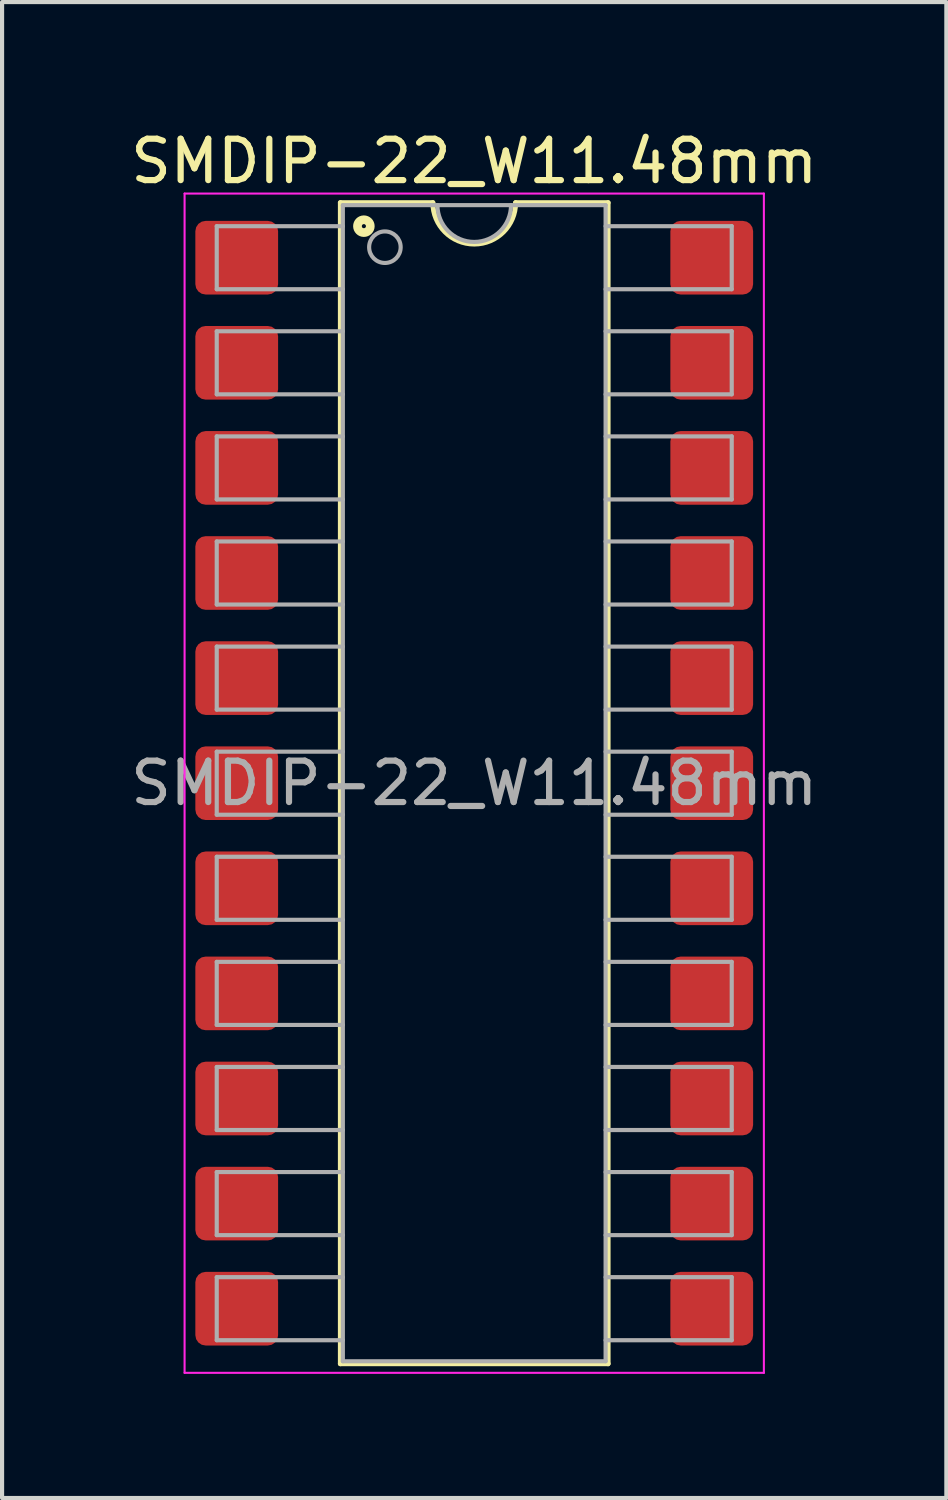
<source format=kicad_pcb>
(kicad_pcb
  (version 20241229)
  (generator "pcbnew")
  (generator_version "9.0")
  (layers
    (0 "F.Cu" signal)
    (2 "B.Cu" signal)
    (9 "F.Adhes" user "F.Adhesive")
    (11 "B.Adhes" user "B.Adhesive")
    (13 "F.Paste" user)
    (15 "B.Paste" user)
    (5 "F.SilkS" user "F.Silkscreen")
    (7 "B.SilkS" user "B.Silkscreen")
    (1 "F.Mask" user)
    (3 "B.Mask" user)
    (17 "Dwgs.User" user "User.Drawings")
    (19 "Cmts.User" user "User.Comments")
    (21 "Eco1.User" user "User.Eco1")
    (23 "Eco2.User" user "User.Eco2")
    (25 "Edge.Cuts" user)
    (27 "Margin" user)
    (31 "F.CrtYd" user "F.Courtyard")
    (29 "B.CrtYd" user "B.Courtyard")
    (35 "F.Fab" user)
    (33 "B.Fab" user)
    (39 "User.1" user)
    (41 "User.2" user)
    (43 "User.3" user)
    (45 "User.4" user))
  (footprint "SMDIP-22_W11.48mm"
    (layer "F.Cu")
    (at 8.411 15.878)
    (property "Reference" "SMDIP-22_W11.48mm" (at 0 -15.03 0) (layer "F.SilkS") (effects (font (size 1 1) (thickness 0.15))))
    (attr smd)
    (fp_line (start -3.235 -14.03) (end -3.235 14.03) (stroke (width 0.12) (type solid)) (layer "F.SilkS"))
    (fp_line (start -3.235 14.03) (end 3.235 14.03) (stroke (width 0.12) (type solid)) (layer "F.SilkS"))
    (fp_line (start -1 -14.03) (end -3.235 -14.03) (stroke (width 0.12) (type solid)) (layer "F.SilkS"))
    (fp_line (start 3.235 -14.03) (end 1 -14.03) (stroke (width 0.12) (type solid)) (layer "F.SilkS"))
    (fp_line (start 3.235 14.03) (end 3.235 -14.03) (stroke (width 0.12) (type solid)) (layer "F.SilkS"))
    (fp_arc (start 1 -14.03) (mid 0 -13.03) (end -1 -14.03) (stroke (width 0.12) (type solid)) (layer "F.SilkS"))
    (fp_circle (center -2.667 -13.462) (end -2.617 -13.462) (stroke (width 0.12) (type solid)) (fill no) (layer "F.SilkS"))
    (fp_circle (center -2.667 -13.462) (end -2.542 -13.462) (stroke (width 0.12) (type solid)) (fill no) (layer "F.SilkS"))
    (fp_circle (center -2.667 -13.462) (end -2.467 -13.462) (stroke (width 0.12) (type solid)) (fill no) (layer "F.SilkS"))
    (fp_line (start -7 -14.25) (end -7 14.25) (stroke (width 0.05) (type solid)) (layer "F.CrtYd"))
    (fp_line (start -7 14.25) (end 7 14.25) (stroke (width 0.05) (type solid)) (layer "F.CrtYd"))
    (fp_line (start 7 -14.25) (end -7 -14.25) (stroke (width 0.05) (type solid)) (layer "F.CrtYd"))
    (fp_line (start 7 14.25) (end 7 -14.25) (stroke (width 0.05) (type solid)) (layer "F.CrtYd"))
    (fp_line (start -6.223 -13.462) (end -6.223 -11.938) (stroke (width 0.1) (type solid)) (layer "F.Fab"))
    (fp_line (start -6.223 -13.462) (end -3.175 -13.462) (stroke (width 0.1) (type solid)) (layer "F.Fab"))
    (fp_line (start -6.223 -11.938) (end -3.175 -11.938) (stroke (width 0.1) (type solid)) (layer "F.Fab"))
    (fp_line (start -6.223 -10.922) (end -6.223 -9.398) (stroke (width 0.1) (type solid)) (layer "F.Fab"))
    (fp_line (start -6.223 -10.922) (end -3.175 -10.922) (stroke (width 0.1) (type solid)) (layer "F.Fab"))
    (fp_line (start -6.223 -9.398) (end -3.175 -9.398) (stroke (width 0.1) (type solid)) (layer "F.Fab"))
    (fp_line (start -6.223 -8.382) (end -6.223 -6.858) (stroke (width 0.1) (type solid)) (layer "F.Fab"))
    (fp_line (start -6.223 -8.382) (end -3.175 -8.382) (stroke (width 0.1) (type solid)) (layer "F.Fab"))
    (fp_line (start -6.223 -6.858) (end -3.175 -6.858) (stroke (width 0.1) (type solid)) (layer "F.Fab"))
    (fp_line (start -6.223 -5.842) (end -6.223 -4.318) (stroke (width 0.1) (type solid)) (layer "F.Fab"))
    (fp_line (start -6.223 -5.842) (end -3.175 -5.842) (stroke (width 0.1) (type solid)) (layer "F.Fab"))
    (fp_line (start -6.223 -4.318) (end -3.175 -4.318) (stroke (width 0.1) (type solid)) (layer "F.Fab"))
    (fp_line (start -6.223 -3.302) (end -6.223 -1.778) (stroke (width 0.1) (type solid)) (layer "F.Fab"))
    (fp_line (start -6.223 -3.302) (end -3.175 -3.302) (stroke (width 0.1) (type solid)) (layer "F.Fab"))
    (fp_line (start -6.223 -1.778) (end -3.175 -1.778) (stroke (width 0.1) (type solid)) (layer "F.Fab"))
    (fp_line (start -6.223 -0.762) (end -6.223 0.762) (stroke (width 0.1) (type solid)) (layer "F.Fab"))
    (fp_line (start -6.223 -0.762) (end -3.175 -0.762) (stroke (width 0.1) (type solid)) (layer "F.Fab"))
    (fp_line (start -6.223 0.762) (end -3.175 0.762) (stroke (width 0.1) (type solid)) (layer "F.Fab"))
    (fp_line (start -6.223 1.778) (end -6.223 3.302) (stroke (width 0.1) (type solid)) (layer "F.Fab"))
    (fp_line (start -6.223 1.778) (end -3.175 1.778) (stroke (width 0.1) (type solid)) (layer "F.Fab"))
    (fp_line (start -6.223 3.302) (end -3.175 3.302) (stroke (width 0.1) (type solid)) (layer "F.Fab"))
    (fp_line (start -6.223 4.318) (end -6.223 5.842) (stroke (width 0.1) (type solid)) (layer "F.Fab"))
    (fp_line (start -6.223 4.318) (end -3.175 4.318) (stroke (width 0.1) (type solid)) (layer "F.Fab"))
    (fp_line (start -6.223 5.842) (end -3.175 5.842) (stroke (width 0.1) (type solid)) (layer "F.Fab"))
    (fp_line (start -6.223 6.858) (end -6.223 8.382) (stroke (width 0.1) (type solid)) (layer "F.Fab"))
    (fp_line (start -6.223 6.858) (end -3.175 6.858) (stroke (width 0.1) (type solid)) (layer "F.Fab"))
    (fp_line (start -6.223 8.382) (end -3.175 8.382) (stroke (width 0.1) (type solid)) (layer "F.Fab"))
    (fp_line (start -6.223 9.398) (end -6.223 10.922) (stroke (width 0.1) (type solid)) (layer "F.Fab"))
    (fp_line (start -6.223 9.398) (end -3.175 9.398) (stroke (width 0.1) (type solid)) (layer "F.Fab"))
    (fp_line (start -6.223 10.922) (end -3.175 10.922) (stroke (width 0.1) (type solid)) (layer "F.Fab"))
    (fp_line (start -6.223 11.938) (end -6.223 13.462) (stroke (width 0.1) (type solid)) (layer "F.Fab"))
    (fp_line (start -6.223 11.938) (end -3.175 11.938) (stroke (width 0.1) (type solid)) (layer "F.Fab"))
    (fp_line (start -6.223 13.462) (end -3.175 13.462) (stroke (width 0.1) (type solid)) (layer "F.Fab"))
    (fp_line (start -3.175 -13.97) (end 3.175 -13.97) (stroke (width 0.1) (type solid)) (layer "F.Fab"))
    (fp_line (start -3.175 13.97) (end -3.175 -13.97) (stroke (width 0.1) (type solid)) (layer "F.Fab"))
    (fp_line (start 3.175 -13.97) (end 3.175 13.97) (stroke (width 0.1) (type solid)) (layer "F.Fab"))
    (fp_line (start 3.175 13.97) (end -3.175 13.97) (stroke (width 0.1) (type solid)) (layer "F.Fab"))
    (fp_line (start 6.223 -13.462) (end 3.175 -13.462) (stroke (width 0.1) (type solid)) (layer "F.Fab"))
    (fp_line (start 6.223 -11.938) (end 3.175 -11.938) (stroke (width 0.1) (type solid)) (layer "F.Fab"))
    (fp_line (start 6.223 -11.938) (end 6.223 -13.462) (stroke (width 0.1) (type solid)) (layer "F.Fab"))
    (fp_line (start 6.223 -10.922) (end 3.175 -10.922) (stroke (width 0.1) (type solid)) (layer "F.Fab"))
    (fp_line (start 6.223 -9.398) (end 3.175 -9.398) (stroke (width 0.1) (type solid)) (layer "F.Fab"))
    (fp_line (start 6.223 -9.398) (end 6.223 -10.922) (stroke (width 0.1) (type solid)) (layer "F.Fab"))
    (fp_line (start 6.223 -8.382) (end 3.175 -8.382) (stroke (width 0.1) (type solid)) (layer "F.Fab"))
    (fp_line (start 6.223 -6.858) (end 3.175 -6.858) (stroke (width 0.1) (type solid)) (layer "F.Fab"))
    (fp_line (start 6.223 -6.858) (end 6.223 -8.382) (stroke (width 0.1) (type solid)) (layer "F.Fab"))
    (fp_line (start 6.223 -5.842) (end 3.175 -5.842) (stroke (width 0.1) (type solid)) (layer "F.Fab"))
    (fp_line (start 6.223 -4.318) (end 3.175 -4.318) (stroke (width 0.1) (type solid)) (layer "F.Fab"))
    (fp_line (start 6.223 -4.318) (end 6.223 -5.842) (stroke (width 0.1) (type solid)) (layer "F.Fab"))
    (fp_line (start 6.223 -3.302) (end 3.175 -3.302) (stroke (width 0.1) (type solid)) (layer "F.Fab"))
    (fp_line (start 6.223 -1.778) (end 3.175 -1.778) (stroke (width 0.1) (type solid)) (layer "F.Fab"))
    (fp_line (start 6.223 -1.778) (end 6.223 -3.302) (stroke (width 0.1) (type solid)) (layer "F.Fab"))
    (fp_line (start 6.223 -0.762) (end 3.175 -0.762) (stroke (width 0.1) (type solid)) (layer "F.Fab"))
    (fp_line (start 6.223 0.762) (end 3.175 0.762) (stroke (width 0.1) (type solid)) (layer "F.Fab"))
    (fp_line (start 6.223 0.762) (end 6.223 -0.762) (stroke (width 0.1) (type solid)) (layer "F.Fab"))
    (fp_line (start 6.223 1.778) (end 3.175 1.778) (stroke (width 0.1) (type solid)) (layer "F.Fab"))
    (fp_line (start 6.223 3.302) (end 3.175 3.302) (stroke (width 0.1) (type solid)) (layer "F.Fab"))
    (fp_line (start 6.223 3.302) (end 6.223 1.778) (stroke (width 0.1) (type solid)) (layer "F.Fab"))
    (fp_line (start 6.223 4.318) (end 3.175 4.318) (stroke (width 0.1) (type solid)) (layer "F.Fab"))
    (fp_line (start 6.223 5.842) (end 3.175 5.842) (stroke (width 0.1) (type solid)) (layer "F.Fab"))
    (fp_line (start 6.223 5.842) (end 6.223 4.318) (stroke (width 0.1) (type solid)) (layer "F.Fab"))
    (fp_line (start 6.223 6.858) (end 3.175 6.858) (stroke (width 0.1) (type solid)) (layer "F.Fab"))
    (fp_line (start 6.223 8.382) (end 3.175 8.382) (stroke (width 0.1) (type solid)) (layer "F.Fab"))
    (fp_line (start 6.223 8.382) (end 6.223 6.858) (stroke (width 0.1) (type solid)) (layer "F.Fab"))
    (fp_line (start 6.223 9.398) (end 3.175 9.398) (stroke (width 0.1) (type solid)) (layer "F.Fab"))
    (fp_line (start 6.223 10.922) (end 3.175 10.922) (stroke (width 0.1) (type solid)) (layer "F.Fab"))
    (fp_line (start 6.223 10.922) (end 6.223 9.398) (stroke (width 0.1) (type solid)) (layer "F.Fab"))
    (fp_line (start 6.223 11.938) (end 3.175 11.938) (stroke (width 0.1) (type solid)) (layer "F.Fab"))
    (fp_line (start 6.223 13.462) (end 3.175 13.462) (stroke (width 0.1) (type solid)) (layer "F.Fab"))
    (fp_line (start 6.223 13.462) (end 6.223 11.938) (stroke (width 0.1) (type solid)) (layer "F.Fab"))
    (fp_arc (start 0.889 -13.97) (mid 0 -13.081) (end -0.889 -13.97) (stroke (width 0.1) (type solid)) (layer "F.Fab"))
    (fp_circle (center -2.159 -12.954) (end -1.778 -12.954) (stroke (width 0.1) (type solid)) (fill no) (layer "F.Fab"))
    (fp_text user "${REFERENCE}" (at 0 0 0) (layer "F.Fab") (effects (font (size 1 1) (thickness 0.15))))
    (pad "1" smd roundrect (at -5.74 -12.7) (size 2 1.78) (layers "F.Cu" "F.Mask" "F.Paste") (roundrect_rratio 0.14))
    (pad "2" smd roundrect (at -5.74 -10.16) (size 2 1.78) (layers "F.Cu" "F.Mask" "F.Paste") (roundrect_rratio 0.14))
    (pad "3" smd roundrect (at -5.74 -7.62) (size 2 1.78) (layers "F.Cu" "F.Mask" "F.Paste") (roundrect_rratio 0.14))
    (pad "4" smd roundrect (at -5.74 -5.08) (size 2 1.78) (layers "F.Cu" "F.Mask" "F.Paste") (roundrect_rratio 0.14))
    (pad "5" smd roundrect (at -5.74 -2.54) (size 2 1.78) (layers "F.Cu" "F.Mask" "F.Paste") (roundrect_rratio 0.14))
    (pad "6" smd roundrect (at -5.74 0) (size 2 1.78) (layers "F.Cu" "F.Mask" "F.Paste") (roundrect_rratio 0.14))
    (pad "7" smd roundrect (at -5.74 2.54) (size 2 1.78) (layers "F.Cu" "F.Mask" "F.Paste") (roundrect_rratio 0.14))
    (pad "8" smd roundrect (at -5.74 5.08) (size 2 1.78) (layers "F.Cu" "F.Mask" "F.Paste") (roundrect_rratio 0.14))
    (pad "9" smd roundrect (at -5.74 7.62) (size 2 1.78) (layers "F.Cu" "F.Mask" "F.Paste") (roundrect_rratio 0.14))
    (pad "10" smd roundrect (at -5.74 10.16) (size 2 1.78) (layers "F.Cu" "F.Mask" "F.Paste") (roundrect_rratio 0.14))
    (pad "11" smd roundrect (at -5.74 12.7) (size 2 1.78) (layers "F.Cu" "F.Mask" "F.Paste") (roundrect_rratio 0.14))
    (pad "12" smd roundrect (at 5.74 12.7) (size 2 1.78) (layers "F.Cu" "F.Mask" "F.Paste") (roundrect_rratio 0.14))
    (pad "13" smd roundrect (at 5.74 10.16) (size 2 1.78) (layers "F.Cu" "F.Mask" "F.Paste") (roundrect_rratio 0.14))
    (pad "14" smd roundrect (at 5.74 7.62) (size 2 1.78) (layers "F.Cu" "F.Mask" "F.Paste") (roundrect_rratio 0.14))
    (pad "15" smd roundrect (at 5.74 5.08) (size 2 1.78) (layers "F.Cu" "F.Mask" "F.Paste") (roundrect_rratio 0.14))
    (pad "16" smd roundrect (at 5.74 2.54) (size 2 1.78) (layers "F.Cu" "F.Mask" "F.Paste") (roundrect_rratio 0.14))
    (pad "17" smd roundrect (at 5.74 0) (size 2 1.78) (layers "F.Cu" "F.Mask" "F.Paste") (roundrect_rratio 0.14))
    (pad "18" smd roundrect (at 5.74 -2.54) (size 2 1.78) (layers "F.Cu" "F.Mask" "F.Paste") (roundrect_rratio 0.14))
    (pad "19" smd roundrect (at 5.74 -5.08) (size 2 1.78) (layers "F.Cu" "F.Mask" "F.Paste") (roundrect_rratio 0.14))
    (pad "20" smd roundrect (at 5.74 -7.62) (size 2 1.78) (layers "F.Cu" "F.Mask" "F.Paste") (roundrect_rratio 0.14))
    (pad "21" smd roundrect (at 5.74 -10.16) (size 2 1.78) (layers "F.Cu" "F.Mask" "F.Paste") (roundrect_rratio 0.14))
    (pad "22" smd roundrect (at 5.74 -12.7) (size 2 1.78) (layers "F.Cu" "F.Mask" "F.Paste") (roundrect_rratio 0.14)))
  (gr_rect
    (start -3 -3)
    (end 19.821 33.153)
    (stroke (width 0.1) (type default))
    (fill no)
    (layer "Edge.Cuts")))
</source>
